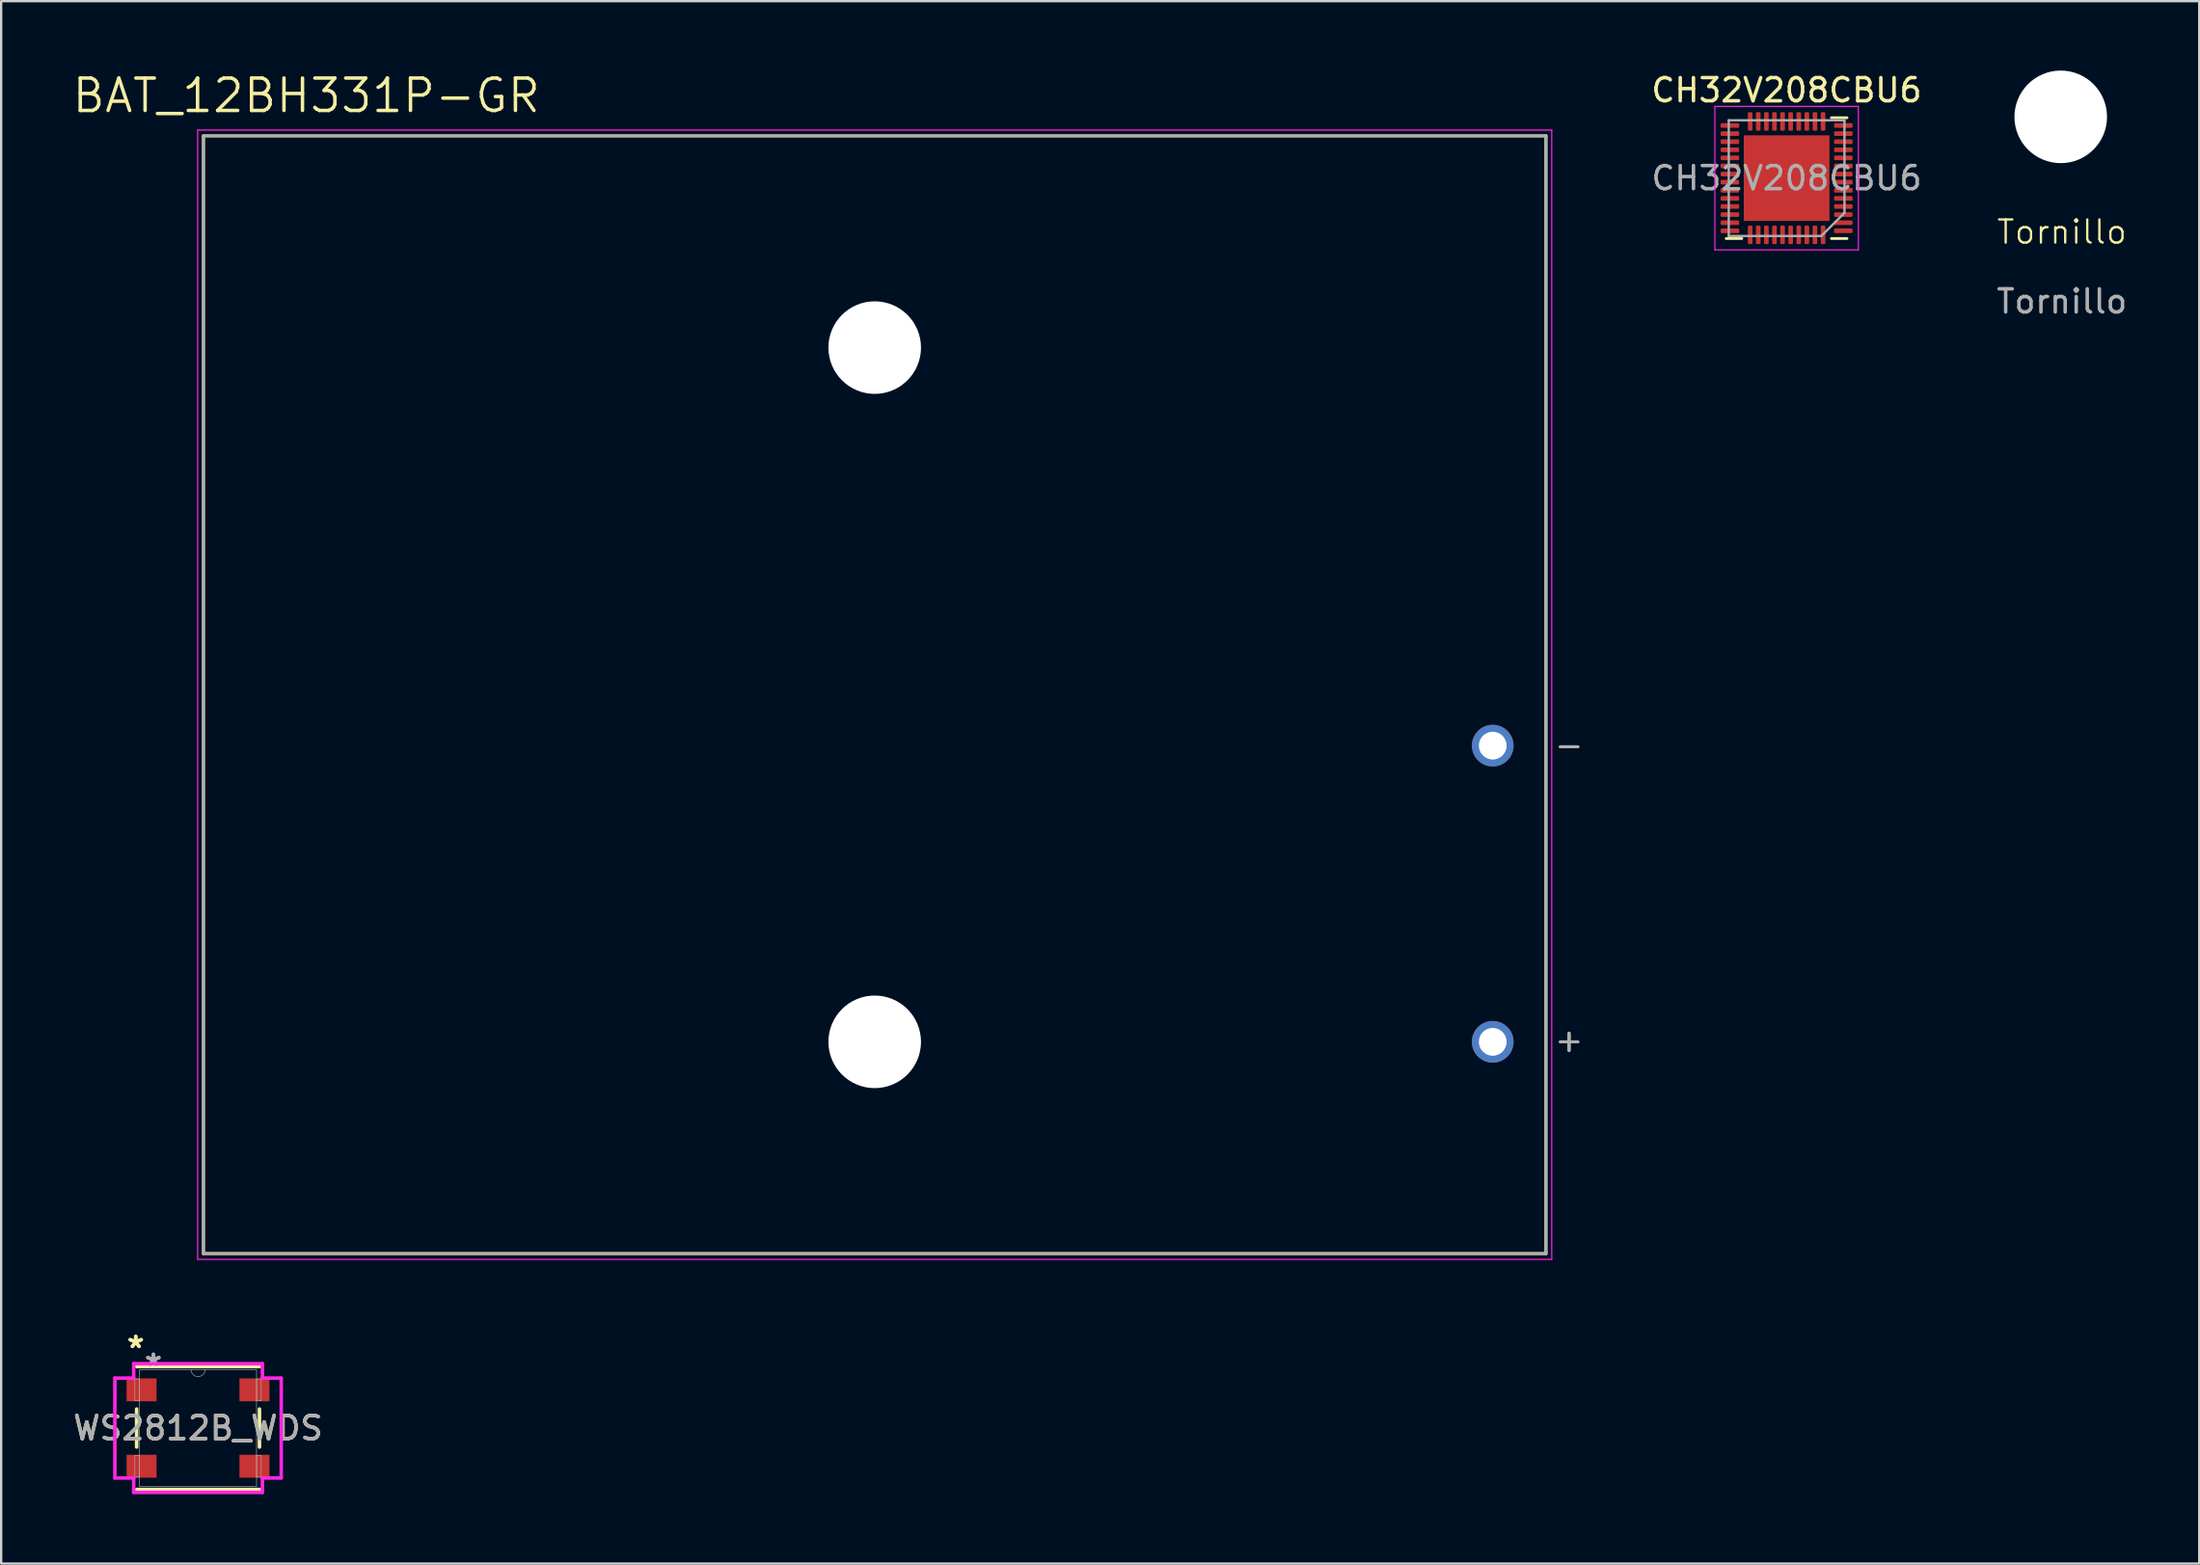
<source format=kicad_pcb>
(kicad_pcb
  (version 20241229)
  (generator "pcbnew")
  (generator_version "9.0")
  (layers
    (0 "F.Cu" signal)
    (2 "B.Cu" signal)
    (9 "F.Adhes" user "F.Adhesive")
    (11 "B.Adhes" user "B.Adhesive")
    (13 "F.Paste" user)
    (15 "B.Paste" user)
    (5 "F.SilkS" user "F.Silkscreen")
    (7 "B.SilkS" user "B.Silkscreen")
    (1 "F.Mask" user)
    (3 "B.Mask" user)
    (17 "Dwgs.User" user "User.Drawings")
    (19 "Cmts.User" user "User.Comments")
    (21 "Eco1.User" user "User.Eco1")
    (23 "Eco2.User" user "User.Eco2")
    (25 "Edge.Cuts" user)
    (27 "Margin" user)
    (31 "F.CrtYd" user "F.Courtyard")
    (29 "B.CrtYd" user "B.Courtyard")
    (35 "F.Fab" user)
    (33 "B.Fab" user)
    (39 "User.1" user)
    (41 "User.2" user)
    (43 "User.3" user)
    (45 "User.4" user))
  (footprint "BAT_12BH331P-GR"
    (layer "F.Cu")
    (at 34.74 26.971)
    (property "Reference" "BAT_12BH331P-GR" (at -24.555 -25.889 0) (layer "F.SilkS") (effects (font (size 1.4 1.4) (thickness 0.15))))
    (attr through_hole)
    (fp_line (start -29 -24.15) (end 29 -24.15) (stroke (width 0.127) (type solid)) (layer "F.SilkS"))
    (fp_line (start -29 24.15) (end -29 -24.15) (stroke (width 0.127) (type solid)) (layer "F.SilkS"))
    (fp_line (start 29 -24.15) (end 29 24.15) (stroke (width 0.127) (type solid)) (layer "F.SilkS"))
    (fp_line (start 29 24.15) (end -29 24.15) (stroke (width 0.127) (type solid)) (layer "F.SilkS"))
    (fp_line (start 29.625 2.25) (end 30.375 2.25) (stroke (width 0.127) (type solid)) (layer "F.SilkS"))
    (fp_line (start 29.625 15) (end 30.375 15) (stroke (width 0.127) (type solid)) (layer "F.SilkS"))
    (fp_line (start 30 14.625) (end 30 15.375) (stroke (width 0.127) (type solid)) (layer "F.SilkS"))
    (fp_line (start -29.25 -24.4) (end -29.25 24.4) (stroke (width 0.05) (type solid)) (layer "F.CrtYd"))
    (fp_line (start -29.25 24.4) (end 29.25 24.4) (stroke (width 0.05) (type solid)) (layer "F.CrtYd"))
    (fp_line (start 29.25 -24.4) (end -29.25 -24.4) (stroke (width 0.05) (type solid)) (layer "F.CrtYd"))
    (fp_line (start 29.25 24.4) (end 29.25 -24.4) (stroke (width 0.05) (type solid)) (layer "F.CrtYd"))
    (fp_line (start -29 -24.15) (end 29 -24.15) (stroke (width 0.127) (type solid)) (layer "F.Fab"))
    (fp_line (start -29 24.15) (end -29 -24.15) (stroke (width 0.127) (type solid)) (layer "F.Fab"))
    (fp_line (start 29 -24.15) (end 29 24.15) (stroke (width 0.127) (type solid)) (layer "F.Fab"))
    (fp_line (start 29 24.15) (end -29 24.15) (stroke (width 0.127) (type solid)) (layer "F.Fab"))
    (fp_line (start 29.625 2.25) (end 30.375 2.25) (stroke (width 0.127) (type solid)) (layer "F.Fab"))
    (fp_line (start 29.625 15) (end 30.375 15) (stroke (width 0.127) (type solid)) (layer "F.Fab"))
    (fp_line (start 30 14.625) (end 30 15.375) (stroke (width 0.127) (type solid)) (layer "F.Fab"))
    (pad "" np_thru_hole circle (at 0 -15) (size 4 4) (drill 4) (layers "*.Cu" "*.Mask"))
    (pad "" np_thru_hole circle (at 0 15) (size 4 4) (drill 4) (layers "*.Cu" "*.Mask"))
    (pad "1" thru_hole circle (at 26.7 15) (size 1.8 1.8) (drill 1.2) (layers "*.Cu" "*.Mask"))
    (pad "2" thru_hole circle (at 26.7 2.2) (size 1.8 1.8) (drill 1.2) (layers "*.Cu" "*.Mask")))
  (footprint "CH32V208CBU6"
    (layer "F.Cu")
    (at 74.137 4.648)
    (property "Reference" "CH32V208CBU6" (at 0 -3.8 0) (layer "F.SilkS") (effects (font (size 1 1) (thickness 0.15))))
    (attr smd)
    (fp_line (start -1.935 2.61) (end -2.61 2.61) (stroke (width 0.12) (type solid)) (layer "F.SilkS"))
    (fp_line (start 1.935 -2.61) (end 2.61 -2.61) (stroke (width 0.12) (type solid)) (layer "F.SilkS"))
    (fp_line (start 1.935 2.61) (end 2.61 2.61) (stroke (width 0.12) (type solid)) (layer "F.SilkS"))
    (fp_line (start -3.1 -3.1) (end -3.1 3.1) (stroke (width 0.05) (type solid)) (layer "F.CrtYd"))
    (fp_line (start -3.1 3.1) (end 3.1 3.1) (stroke (width 0.05) (type solid)) (layer "F.CrtYd"))
    (fp_line (start 3.1 -3.1) (end -3.1 -3.1) (stroke (width 0.05) (type solid)) (layer "F.CrtYd"))
    (fp_line (start 3.1 3.1) (end 3.1 -3.1) (stroke (width 0.05) (type solid)) (layer "F.CrtYd"))
    (fp_line (start -2.5 -2.5) (end 2.5 -2.5) (stroke (width 0.1) (type solid)) (layer "F.Fab"))
    (fp_line (start -2.5 2.5) (end -2.5 -2.5) (stroke (width 0.1) (type solid)) (layer "F.Fab"))
    (fp_line (start 1.5 2.5) (end -2.5 2.5) (stroke (width 0.1) (type solid)) (layer "F.Fab"))
    (fp_line (start 2.5 -2.5) (end 2.5 1.5) (stroke (width 0.1) (type solid)) (layer "F.Fab"))
    (fp_line (start 2.5 1.5) (end 1.5 2.5) (stroke (width 0.1) (type solid)) (layer "F.Fab"))
    (fp_text user "${REFERENCE}" (at 0 0 0) (layer "F.Fab") (effects (font (size 1 1) (thickness 0.15))))
    (pad "" smd roundrect (at -1.23 -1.23) (size 0.99 0.99) (layers "F.Paste") (roundrect_rratio 0.25))
    (pad "" smd roundrect (at -1.23 0) (size 0.99 0.99) (layers "F.Paste") (roundrect_rratio 0.25))
    (pad "" smd roundrect (at -1.23 1.23) (size 0.99 0.99) (layers "F.Paste") (roundrect_rratio 0.25))
    (pad "" smd roundrect (at 0 -1.23) (size 0.99 0.99) (layers "F.Paste") (roundrect_rratio 0.25))
    (pad "" smd roundrect (at 0 0) (size 0.99 0.99) (layers "F.Paste") (roundrect_rratio 0.25))
    (pad "" smd roundrect (at 0 1.23) (size 0.99 0.99) (layers "F.Paste") (roundrect_rratio 0.25))
    (pad "" smd roundrect (at 1.23 -1.23) (size 0.99 0.99) (layers "F.Paste") (roundrect_rratio 0.25))
    (pad "" smd roundrect (at 1.23 0) (size 0.99 0.99) (layers "F.Paste") (roundrect_rratio 0.25))
    (pad "" smd roundrect (at 1.23 1.23) (size 0.99 0.99) (layers "F.Paste") (roundrect_rratio 0.25))
    (pad "0" smd rect (at 0 0) (size 3.7 3.7) (layers "F.Cu" "F.Mask"))
    (pad "1" smd roundrect (at 1.575 2.45) (size 0.2 0.8) (layers "F.Cu" "F.Mask" "F.Paste") (roundrect_rratio 0.25))
    (pad "2" smd roundrect (at 1.225 2.45) (size 0.2 0.8) (layers "F.Cu" "F.Mask" "F.Paste") (roundrect_rratio 0.25))
    (pad "3" smd roundrect (at 0.875 2.45) (size 0.2 0.8) (layers "F.Cu" "F.Mask" "F.Paste") (roundrect_rratio 0.25))
    (pad "4" smd roundrect (at 0.525 2.45) (size 0.2 0.8) (layers "F.Cu" "F.Mask" "F.Paste") (roundrect_rratio 0.25))
    (pad "5" smd roundrect (at 0.175 2.45) (size 0.2 0.8) (layers "F.Cu" "F.Mask" "F.Paste") (roundrect_rratio 0.25))
    (pad "6" smd roundrect (at -0.175 2.45) (size 0.2 0.8) (layers "F.Cu" "F.Mask" "F.Paste") (roundrect_rratio 0.25))
    (pad "7" smd roundrect (at -0.525 2.45) (size 0.2 0.8) (layers "F.Cu" "F.Mask" "F.Paste") (roundrect_rratio 0.25))
    (pad "8" smd roundrect (at -0.875 2.45) (size 0.2 0.8) (layers "F.Cu" "F.Mask" "F.Paste") (roundrect_rratio 0.25))
    (pad "9" smd roundrect (at -1.225 2.45) (size 0.2 0.8) (layers "F.Cu" "F.Mask" "F.Paste") (roundrect_rratio 0.25))
    (pad "10" smd roundrect (at -1.575 2.45) (size 0.2 0.8) (layers "F.Cu" "F.Mask" "F.Paste") (roundrect_rratio 0.25))
    (pad "11" smd roundrect (at -2.45 2.275) (size 0.8 0.2) (layers "F.Cu" "F.Mask" "F.Paste") (roundrect_rratio 0.25))
    (pad "12" smd roundrect (at -2.45 1.925) (size 0.8 0.2) (layers "F.Cu" "F.Mask" "F.Paste") (roundrect_rratio 0.25))
    (pad "13" smd roundrect (at -2.45 1.575) (size 0.8 0.2) (layers "F.Cu" "F.Mask" "F.Paste") (roundrect_rratio 0.25))
    (pad "14" smd roundrect (at -2.45 1.225) (size 0.8 0.2) (layers "F.Cu" "F.Mask" "F.Paste") (roundrect_rratio 0.25))
    (pad "15" smd roundrect (at -2.45 0.875) (size 0.8 0.2) (layers "F.Cu" "F.Mask" "F.Paste") (roundrect_rratio 0.25))
    (pad "16" smd roundrect (at -2.45 0.525) (size 0.8 0.2) (layers "F.Cu" "F.Mask" "F.Paste") (roundrect_rratio 0.25))
    (pad "17" smd roundrect (at -2.45 0.175) (size 0.8 0.2) (layers "F.Cu" "F.Mask" "F.Paste") (roundrect_rratio 0.25))
    (pad "18" smd roundrect (at -2.45 -0.175) (size 0.8 0.2) (layers "F.Cu" "F.Mask" "F.Paste") (roundrect_rratio 0.25))
    (pad "19" smd roundrect (at -2.45 -0.525) (size 0.8 0.2) (layers "F.Cu" "F.Mask" "F.Paste") (roundrect_rratio 0.25))
    (pad "20" smd roundrect (at -2.45 -0.875) (size 0.8 0.2) (layers "F.Cu" "F.Mask" "F.Paste") (roundrect_rratio 0.25))
    (pad "21" smd roundrect (at -2.45 -1.225) (size 0.8 0.2) (layers "F.Cu" "F.Mask" "F.Paste") (roundrect_rratio 0.25))
    (pad "22" smd roundrect (at -2.45 -1.575) (size 0.8 0.2) (layers "F.Cu" "F.Mask" "F.Paste") (roundrect_rratio 0.25))
    (pad "23" smd roundrect (at -2.45 -1.925) (size 0.8 0.2) (layers "F.Cu" "F.Mask" "F.Paste") (roundrect_rratio 0.25))
    (pad "24" smd roundrect (at -2.45 -2.275) (size 0.8 0.2) (layers "F.Cu" "F.Mask" "F.Paste") (roundrect_rratio 0.25))
    (pad "25" smd roundrect (at -1.575 -2.45) (size 0.2 0.8) (layers "F.Cu" "F.Mask" "F.Paste") (roundrect_rratio 0.25))
    (pad "26" smd roundrect (at -1.225 -2.45) (size 0.2 0.8) (layers "F.Cu" "F.Mask" "F.Paste") (roundrect_rratio 0.25))
    (pad "27" smd roundrect (at -0.875 -2.45) (size 0.2 0.8) (layers "F.Cu" "F.Mask" "F.Paste") (roundrect_rratio 0.25))
    (pad "28" smd roundrect (at -0.525 -2.45) (size 0.2 0.8) (layers "F.Cu" "F.Mask" "F.Paste") (roundrect_rratio 0.25))
    (pad "29" smd roundrect (at -0.175 -2.45) (size 0.2 0.8) (layers "F.Cu" "F.Mask" "F.Paste") (roundrect_rratio 0.25))
    (pad "30" smd roundrect (at 0.175 -2.45) (size 0.2 0.8) (layers "F.Cu" "F.Mask" "F.Paste") (roundrect_rratio 0.25))
    (pad "31" smd roundrect (at 0.525 -2.45) (size 0.2 0.8) (layers "F.Cu" "F.Mask" "F.Paste") (roundrect_rratio 0.25))
    (pad "32" smd roundrect (at 0.875 -2.45) (size 0.2 0.8) (layers "F.Cu" "F.Mask" "F.Paste") (roundrect_rratio 0.25))
    (pad "33" smd roundrect (at 1.225 -2.45) (size 0.2 0.8) (layers "F.Cu" "F.Mask" "F.Paste") (roundrect_rratio 0.25))
    (pad "34" smd roundrect (at 1.575 -2.45) (size 0.2 0.8) (layers "F.Cu" "F.Mask" "F.Paste") (roundrect_rratio 0.25))
    (pad "35" smd roundrect (at 2.45 -2.275) (size 0.8 0.2) (layers "F.Cu" "F.Mask" "F.Paste") (roundrect_rratio 0.25))
    (pad "36" smd roundrect (at 2.45 -1.925) (size 0.8 0.2) (layers "F.Cu" "F.Mask" "F.Paste") (roundrect_rratio 0.25))
    (pad "37" smd roundrect (at 2.45 -1.575) (size 0.8 0.2) (layers "F.Cu" "F.Mask" "F.Paste") (roundrect_rratio 0.25))
    (pad "38" smd roundrect (at 2.45 -1.225) (size 0.8 0.2) (layers "F.Cu" "F.Mask" "F.Paste") (roundrect_rratio 0.25))
    (pad "39" smd roundrect (at 2.45 -0.875) (size 0.8 0.2) (layers "F.Cu" "F.Mask" "F.Paste") (roundrect_rratio 0.25))
    (pad "40" smd roundrect (at 2.45 -0.525) (size 0.8 0.2) (layers "F.Cu" "F.Mask" "F.Paste") (roundrect_rratio 0.25))
    (pad "41" smd roundrect (at 2.45 -0.175) (size 0.8 0.2) (layers "F.Cu" "F.Mask" "F.Paste") (roundrect_rratio 0.25))
    (pad "42" smd roundrect (at 2.45 0.175) (size 0.8 0.2) (layers "F.Cu" "F.Mask" "F.Paste") (roundrect_rratio 0.25))
    (pad "43" smd roundrect (at 2.45 0.525) (size 0.8 0.2) (layers "F.Cu" "F.Mask" "F.Paste") (roundrect_rratio 0.25))
    (pad "44" smd roundrect (at 2.45 0.875) (size 0.8 0.2) (layers "F.Cu" "F.Mask" "F.Paste") (roundrect_rratio 0.25))
    (pad "45" smd roundrect (at 2.45 1.225) (size 0.8 0.2) (layers "F.Cu" "F.Mask" "F.Paste") (roundrect_rratio 0.25))
    (pad "46" smd roundrect (at 2.45 1.575) (size 0.8 0.2) (layers "F.Cu" "F.Mask" "F.Paste") (roundrect_rratio 0.25))
    (pad "47" smd roundrect (at 2.45 1.925) (size 0.8 0.2) (layers "F.Cu" "F.Mask" "F.Paste") (roundrect_rratio 0.25))
    (pad "48" smd roundrect (at 2.45 2.275) (size 0.8 0.2) (layers "F.Cu" "F.Mask" "F.Paste") (roundrect_rratio 0.25)))
  (footprint "WS2812B_WDS"
    (layer "F.Cu")
    (at 5.506 58.66)
    (property "Reference" "WS2812B_WDS" (at 0 0 0) (unlocked yes) (layer "F.SilkS") (effects (font (size 1 1) (thickness 0.15))))
    (attr smd)
    (fp_line (start -2.654 -0.822) (end -2.654 0.822) (stroke (width 0.152) (type solid)) (layer "F.SilkS"))
    (fp_line (start -2.654 2.654) (end 2.654 2.654) (stroke (width 0.152) (type solid)) (layer "F.SilkS"))
    (fp_line (start 2.654 -2.654) (end -2.654 -2.654) (stroke (width 0.152) (type solid)) (layer "F.SilkS"))
    (fp_line (start 2.654 0.822) (end 2.654 -0.822) (stroke (width 0.152) (type solid)) (layer "F.SilkS"))
    (fp_line (start -3.594 -2.158) (end -2.781 -2.158) (stroke (width 0.152) (type solid)) (layer "F.CrtYd"))
    (fp_line (start -3.594 2.158) (end -3.594 -2.158) (stroke (width 0.152) (type solid)) (layer "F.CrtYd"))
    (fp_line (start -3.594 2.158) (end -2.781 2.158) (stroke (width 0.152) (type solid)) (layer "F.CrtYd"))
    (fp_line (start -2.781 -2.781) (end 2.781 -2.781) (stroke (width 0.152) (type solid)) (layer "F.CrtYd"))
    (fp_line (start -2.781 -2.158) (end -2.781 -2.781) (stroke (width 0.152) (type solid)) (layer "F.CrtYd"))
    (fp_line (start -2.781 2.781) (end -2.781 2.158) (stroke (width 0.152) (type solid)) (layer "F.CrtYd"))
    (fp_line (start 2.781 -2.781) (end 2.781 -2.158) (stroke (width 0.152) (type solid)) (layer "F.CrtYd"))
    (fp_line (start 2.781 2.158) (end 2.781 2.781) (stroke (width 0.152) (type solid)) (layer "F.CrtYd"))
    (fp_line (start 2.781 2.781) (end -2.781 2.781) (stroke (width 0.152) (type solid)) (layer "F.CrtYd"))
    (fp_line (start 3.594 -2.158) (end 2.781 -2.158) (stroke (width 0.152) (type solid)) (layer "F.CrtYd"))
    (fp_line (start 3.594 -2.158) (end 3.594 2.158) (stroke (width 0.152) (type solid)) (layer "F.CrtYd"))
    (fp_line (start 3.594 2.158) (end 2.781 2.158) (stroke (width 0.152) (type solid)) (layer "F.CrtYd"))
    (fp_line (start -2.731 -2.12) (end -2.731 -1.18) (stroke (width 0.025) (type solid)) (layer "F.Fab"))
    (fp_line (start -2.731 -1.18) (end -2.527 -1.18) (stroke (width 0.025) (type solid)) (layer "F.Fab"))
    (fp_line (start -2.731 1.18) (end -2.731 2.12) (stroke (width 0.025) (type solid)) (layer "F.Fab"))
    (fp_line (start -2.731 2.12) (end -2.527 2.12) (stroke (width 0.025) (type solid)) (layer "F.Fab"))
    (fp_line (start -2.527 -2.527) (end -2.527 2.527) (stroke (width 0.025) (type solid)) (layer "F.Fab"))
    (fp_line (start -2.527 -2.12) (end -2.731 -2.12) (stroke (width 0.025) (type solid)) (layer "F.Fab"))
    (fp_line (start -2.527 -1.18) (end -2.527 -2.12) (stroke (width 0.025) (type solid)) (layer "F.Fab"))
    (fp_line (start -2.527 1.18) (end -2.731 1.18) (stroke (width 0.025) (type solid)) (layer "F.Fab"))
    (fp_line (start -2.527 2.12) (end -2.527 1.18) (stroke (width 0.025) (type solid)) (layer "F.Fab"))
    (fp_line (start -2.527 2.527) (end 2.527 2.527) (stroke (width 0.025) (type solid)) (layer "F.Fab"))
    (fp_line (start 2.527 -2.527) (end -2.527 -2.527) (stroke (width 0.025) (type solid)) (layer "F.Fab"))
    (fp_line (start 2.527 -2.12) (end 2.527 -1.18) (stroke (width 0.025) (type solid)) (layer "F.Fab"))
    (fp_line (start 2.527 -1.18) (end 2.731 -1.18) (stroke (width 0.025) (type solid)) (layer "F.Fab"))
    (fp_line (start 2.527 1.18) (end 2.527 2.12) (stroke (width 0.025) (type solid)) (layer "F.Fab"))
    (fp_line (start 2.527 2.12) (end 2.731 2.12) (stroke (width 0.025) (type solid)) (layer "F.Fab"))
    (fp_line (start 2.527 2.527) (end 2.527 -2.527) (stroke (width 0.025) (type solid)) (layer "F.Fab"))
    (fp_line (start 2.731 -2.12) (end 2.527 -2.12) (stroke (width 0.025) (type solid)) (layer "F.Fab"))
    (fp_line (start 2.731 -1.18) (end 2.731 -2.12) (stroke (width 0.025) (type solid)) (layer "F.Fab"))
    (fp_line (start 2.731 1.18) (end 2.527 1.18) (stroke (width 0.025) (type solid)) (layer "F.Fab"))
    (fp_line (start 2.731 2.12) (end 2.731 1.18) (stroke (width 0.025) (type solid)) (layer "F.Fab"))
    (fp_arc (start 0.3048 -2.5273) (mid 0 -2.2225) (end -0.3048 -2.5273) (stroke (width 0.0254) (type solid)) (layer "F.Fab"))
    (fp_text user "*" (at -2.692 -3.415 0) (layer "F.SilkS") (effects (font (size 1 1) (thickness 0.15))))
    (fp_text user "*" (at -2.692 -3.415 0) (unlocked yes) (layer "F.SilkS") (effects (font (size 1 1) (thickness 0.15))))
    (fp_text user "*" (at -1.93 -2.641 0) (layer "F.Fab") (effects (font (size 1 1) (thickness 0.15))))
    (fp_text user "*" (at -1.93 -2.641 0) (unlocked yes) (layer "F.Fab") (effects (font (size 1 1) (thickness 0.15))))
    (fp_text user "${REFERENCE}" (at 0 0 0) (unlocked yes) (layer "F.Fab") (effects (font (size 1 1) (thickness 0.15))))
    (pad "1" smd rect (at -2.438 -1.65) (size 1.295 0.991) (layers "F.Cu" "F.Mask" "F.Paste"))
    (pad "2" smd rect (at -2.438 1.65) (size 1.295 0.991) (layers "F.Cu" "F.Mask" "F.Paste"))
    (pad "3" smd rect (at 2.438 1.65) (size 1.295 0.991) (layers "F.Cu" "F.Mask" "F.Paste"))
    (pad "4" smd rect (at 2.438 -1.65) (size 1.295 0.991) (layers "F.Cu" "F.Mask" "F.Paste")))
  (footprint "Tornillo"
    (layer "F.Cu")
    (at 86.03 7.475)
    (property "Reference" "Tornillo" (at 0 -0.5 0) (unlocked yes) (layer "F.SilkS") (effects (font (size 1 1) (thickness 0.1))))
    (attr smd)
    (fp_text user "${REFERENCE}" (at 0 2.5 0) (unlocked yes) (layer "F.Fab") (effects (font (size 1 1) (thickness 0.15))))
    (pad "" np_thru_hole circle (at -0.05 -5.475) (size 4 4) (drill 4) (layers "*.Cu" "*.Mask")))
  (gr_rect
    (start -3 -3)
    (end 91.964 64.517)
    (stroke (width 0.1) (type default))
    (fill no)
    (layer "Edge.Cuts")))
</source>
